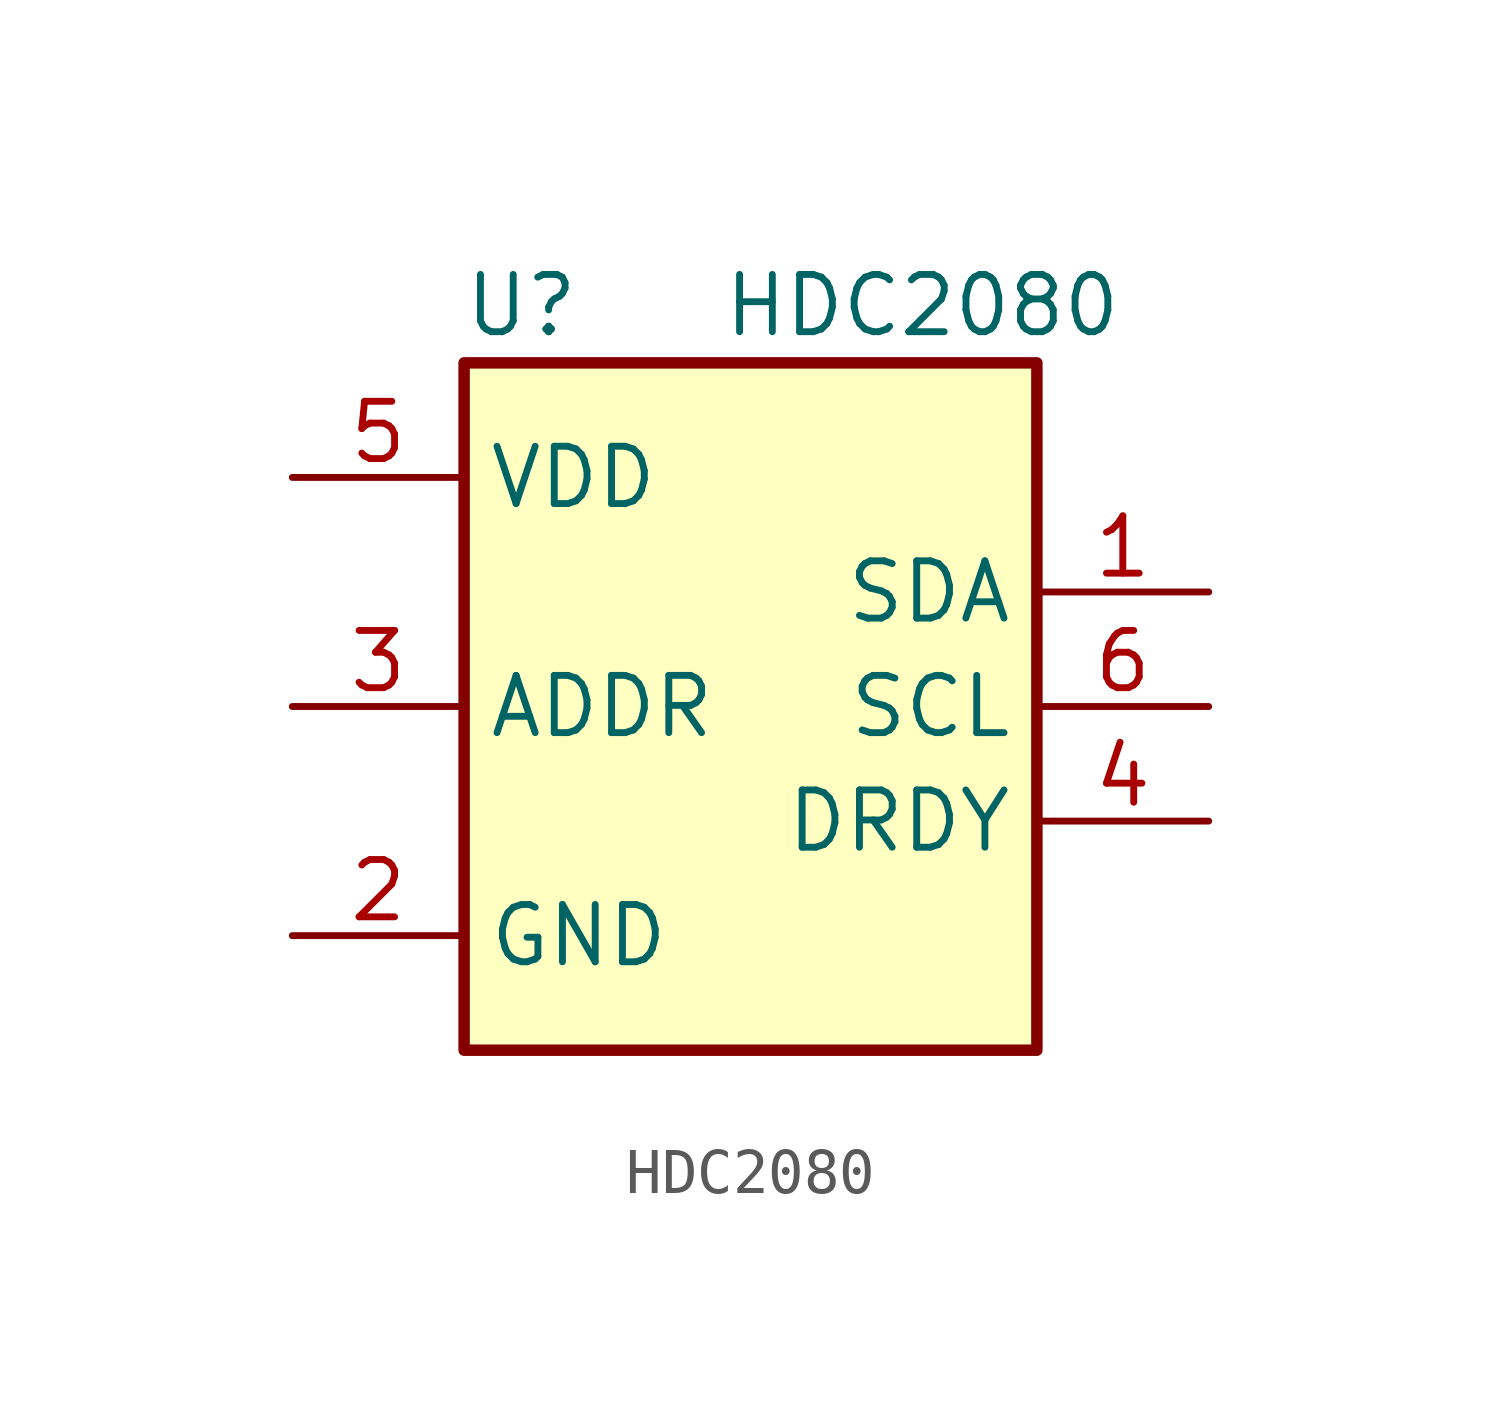
<source format=kicad_sym>
(kicad_symbol_lib
  (version 20231120)
  (generator "kicad_symbol_editor")
  (generator_version "8.0")
  (symbol "HDC2080"
    (property "Reference" "U"
      (at -5.08 8.89 0)
      (effects (font (size 1.27 1.27))))
    (property "Value" "HDC2080"
      (at 3.81 8.89 0)
      (effects (font (size 1.27 1.27))))
    (symbol "HDC2080_0_1"
      (rectangle (start -6.35 7.62) (end 6.35 -7.62) (stroke (width 0.254) (type default)) (fill (type background))))
    (symbol "HDC2080_1_1"
      (pin bidirectional line (at 10.16 2.54 180) (length 3.81) (name "SDA" (effects (font (size 1.27 1.27)))) (number "1" (effects (font (size 1.27 1.27)))))
      (pin power_in line (at -10.16 -5.08 0) (length 3.81) (name "GND" (effects (font (size 1.27 1.27)))) (number "2" (effects (font (size 1.27 1.27)))))
      (pin input line (at -10.16 0 0) (length 3.81) (name "ADDR" (effects (font (size 1.27 1.27)))) (number "3" (effects (font (size 1.27 1.27)))))
      (pin output line (at 10.16 -2.54 180) (length 3.81) (name "DRDY" (effects (font (size 1.27 1.27)))) (number "4" (effects (font (size 1.27 1.27)))))
      (pin power_in line (at -10.16 5.08 0) (length 3.81) (name "VDD" (effects (font (size 1.27 1.27)))) (number "5" (effects (font (size 1.27 1.27)))))
      (pin input line (at 10.16 0 180) (length 3.81) (name "SCL" (effects (font (size 1.27 1.27)))) (number "6" (effects (font (size 1.27 1.27)))))
      (pin no_connect line (at -10.16 -2.54 0) (length 3.81) hide (name "PAD" (effects (font (size 1.27 1.27)))) (number "7" (effects (font (size 1.27 1.27))))))))
</source>
